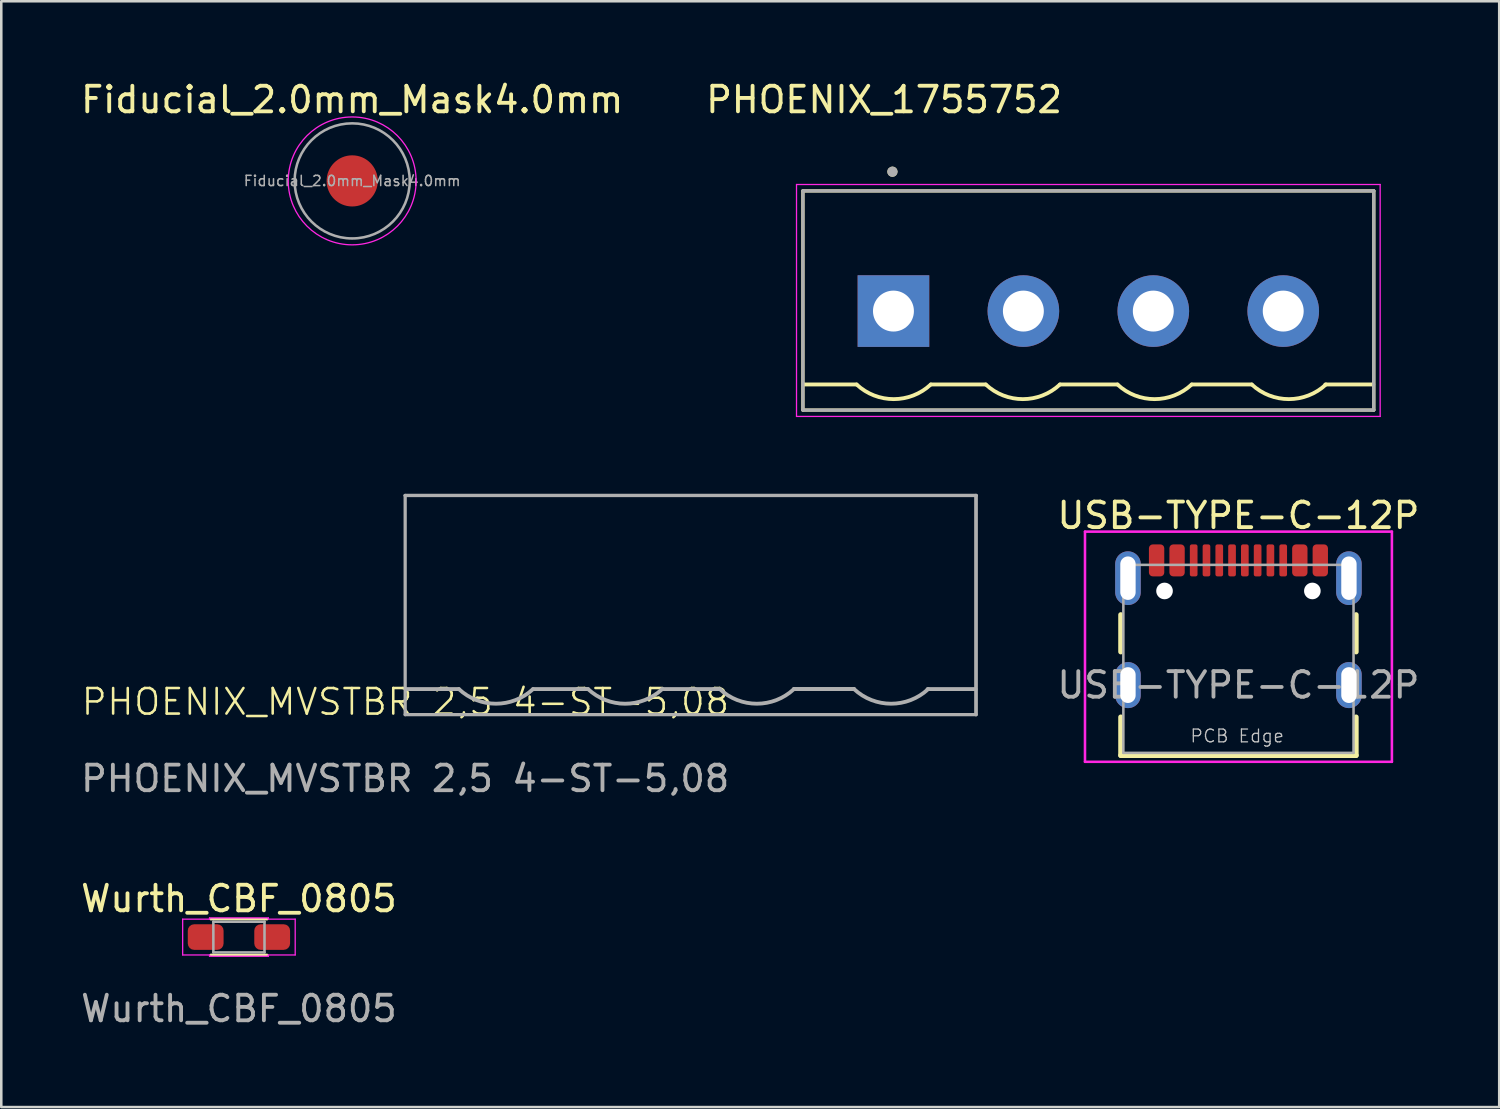
<source format=kicad_pcb>
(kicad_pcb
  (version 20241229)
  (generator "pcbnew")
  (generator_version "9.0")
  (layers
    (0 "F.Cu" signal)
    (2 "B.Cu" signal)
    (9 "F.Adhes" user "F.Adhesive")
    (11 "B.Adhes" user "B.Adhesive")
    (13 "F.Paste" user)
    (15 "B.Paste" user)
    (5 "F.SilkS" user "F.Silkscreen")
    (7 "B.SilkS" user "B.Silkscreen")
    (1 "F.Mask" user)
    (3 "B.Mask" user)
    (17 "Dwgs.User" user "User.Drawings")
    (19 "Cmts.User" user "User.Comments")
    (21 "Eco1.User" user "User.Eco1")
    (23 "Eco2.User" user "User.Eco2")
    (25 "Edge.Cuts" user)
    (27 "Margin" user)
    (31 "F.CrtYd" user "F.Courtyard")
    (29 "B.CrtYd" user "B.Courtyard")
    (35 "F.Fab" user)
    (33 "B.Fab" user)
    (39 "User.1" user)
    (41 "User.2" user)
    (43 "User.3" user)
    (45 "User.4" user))
  (footprint "PHOENIX_1755752"
    (layer "F.Cu")
    (at 28.343 12.983)
    (property "Reference" "PHOENIX_1755752" (at 3.175 -12.135 0) (layer "F.SilkS") (effects (font (size 1 1) (thickness 0.15))))
    (attr through_hole)
    (fp_line (start 0 -8.57) (end 22.32 -8.57) (stroke (width 0.127) (type solid)) (layer "F.SilkS"))
    (fp_line (start 0 0) (end 0 -8.57) (stroke (width 0.127) (type solid)) (layer "F.SilkS"))
    (fp_line (start 0.05 -1) (end 2.1 -1) (stroke (width 0.15) (type default)) (layer "F.SilkS"))
    (fp_line (start 5 -1) (end 7.15 -1) (stroke (width 0.15) (type default)) (layer "F.SilkS"))
    (fp_line (start 10.05 -1) (end 12.3 -1) (stroke (width 0.15) (type default)) (layer "F.SilkS"))
    (fp_line (start 15.2 -1) (end 17.55 -1) (stroke (width 0.15) (type default)) (layer "F.SilkS"))
    (fp_line (start 20.425 -1) (end 22.3 -1) (stroke (width 0.15) (type default)) (layer "F.SilkS"))
    (fp_line (start 22.32 -8.57) (end 22.32 0) (stroke (width 0.127) (type solid)) (layer "F.SilkS"))
    (fp_line (start 22.32 0) (end 0 0) (stroke (width 0.127) (type solid)) (layer "F.SilkS"))
    (fp_arc (start 5 -1) (mid 3.550001 -0.427502) (end 2.100001 -1) (stroke (width 0.15) (type default)) (layer "F.SilkS"))
    (fp_arc (start 10.049999 -1) (mid 8.6 -0.427502) (end 7.15 -1) (stroke (width 0.15) (type default)) (layer "F.SilkS"))
    (fp_arc (start 15.199999 -1) (mid 13.75 -0.427502) (end 12.3 -1) (stroke (width 0.15) (type default)) (layer "F.SilkS"))
    (fp_arc (start 20.449999 -1) (mid 19 -0.427502) (end 17.55 -1) (stroke (width 0.15) (type default)) (layer "F.SilkS"))
    (fp_circle (center 3.5 -9.32) (end 3.6 -9.32) (stroke (width 0.2) (type solid)) (fill no) (layer "F.SilkS"))
    (fp_line (start -0.25 -8.82) (end 22.57 -8.82) (stroke (width 0.05) (type solid)) (layer "F.CrtYd"))
    (fp_line (start -0.25 0.25) (end -0.25 -8.82) (stroke (width 0.05) (type solid)) (layer "F.CrtYd"))
    (fp_line (start 22.57 -8.82) (end 22.57 0.25) (stroke (width 0.05) (type solid)) (layer "F.CrtYd"))
    (fp_line (start 22.57 0.25) (end -0.25 0.25) (stroke (width 0.05) (type solid)) (layer "F.CrtYd"))
    (fp_line (start 0 -8.57) (end 22.32 -8.57) (stroke (width 0.127) (type solid)) (layer "F.Fab"))
    (fp_line (start 0 0) (end 0 -8.57) (stroke (width 0.127) (type solid)) (layer "F.Fab"))
    (fp_line (start 22.32 -8.57) (end 22.32 0) (stroke (width 0.127) (type solid)) (layer "F.Fab"))
    (fp_line (start 22.32 0) (end 0 0) (stroke (width 0.127) (type solid)) (layer "F.Fab"))
    (fp_circle (center 3.5 -9.32) (end 3.6 -9.32) (stroke (width 0.2) (type solid)) (fill no) (layer "F.Fab"))
    (pad "1" thru_hole rect (at 3.54 -3.87) (size 2.8 2.8) (drill 1.6) (layers "*.Cu" "*.Mask"))
    (pad "2" thru_hole circle (at 8.62 -3.87) (size 2.8 2.8) (drill 1.6) (layers "*.Cu" "*.Mask"))
    (pad "3" thru_hole circle (at 13.7 -3.87) (size 2.8 2.8) (drill 1.6) (layers "*.Cu" "*.Mask"))
    (pad "4" thru_hole circle (at 18.78 -3.87) (size 2.8 2.8) (drill 1.6) (layers "*.Cu" "*.Mask")))
  (footprint "Wurth_CBF_0805"
    (layer "F.Cu")
    (at 6.292 33.588)
    (property "Reference" "Wurth_CBF_0805" (at 0 -1.5 0) (unlocked yes) (layer "F.SilkS") (effects (font (size 1 1) (thickness 0.15))))
    (attr smd)
    (fp_line (start -1.1 -0.7) (end 1.1 -0.7) (stroke (width 0.1) (type default)) (layer "F.SilkS"))
    (fp_line (start 1.1 0.7) (end -1.1 0.7) (stroke (width 0.1) (type default)) (layer "F.SilkS"))
    (fp_line (start -2.2 -0.7) (end -1.15 -0.7) (stroke (width 0.05) (type default)) (layer "F.CrtYd"))
    (fp_line (start -2.2 0.7) (end -2.2 -0.7) (stroke (width 0.05) (type default)) (layer "F.CrtYd"))
    (fp_line (start -1.15 -0.75) (end 1.15 -0.75) (stroke (width 0.05) (type default)) (layer "F.CrtYd"))
    (fp_line (start -1.15 -0.7) (end -1.15 -0.75) (stroke (width 0.05) (type default)) (layer "F.CrtYd"))
    (fp_line (start -1.15 0.7) (end -2.2 0.7) (stroke (width 0.05) (type default)) (layer "F.CrtYd"))
    (fp_line (start -1.15 0.75) (end -1.15 0.7) (stroke (width 0.05) (type default)) (layer "F.CrtYd"))
    (fp_line (start 1.15 -0.75) (end 1.15 -0.7) (stroke (width 0.05) (type default)) (layer "F.CrtYd"))
    (fp_line (start 1.15 -0.7) (end 2.2 -0.7) (stroke (width 0.05) (type default)) (layer "F.CrtYd"))
    (fp_line (start 1.15 0.7) (end 1.15 0.75) (stroke (width 0.05) (type default)) (layer "F.CrtYd"))
    (fp_line (start 1.15 0.75) (end -1.15 0.75) (stroke (width 0.05) (type default)) (layer "F.CrtYd"))
    (fp_line (start 2.2 -0.7) (end 2.2 0.7) (stroke (width 0.05) (type default)) (layer "F.CrtYd"))
    (fp_line (start 2.2 0.7) (end 1.15 0.7) (stroke (width 0.05) (type default)) (layer "F.CrtYd"))
    (fp_line (start -1 -0.6) (end -1 0.6) (stroke (width 0.1) (type default)) (layer "F.Fab"))
    (fp_line (start -1 -0.6) (end 1 -0.6) (stroke (width 0.1) (type default)) (layer "F.Fab"))
    (fp_line (start -1 0.6) (end 1 0.6) (stroke (width 0.1) (type default)) (layer "F.Fab"))
    (fp_line (start 1 -0.6) (end 1 0.6) (stroke (width 0.1) (type default)) (layer "F.Fab"))
    (fp_text user "${REFERENCE}" (at 0 2.8 0) (unlocked yes) (layer "F.Fab") (effects (font (size 1 1) (thickness 0.15))))
    (pad "1" smd roundrect (at -1.3 0) (size 1.4 1) (layers "F.Cu" "F.Mask" "F.Paste") (roundrect_rratio 0.25))
    (pad "2" smd roundrect (at 1.3 0) (size 1.4 1) (layers "F.Cu" "F.Mask" "F.Paste") (roundrect_rratio 0.25)))
  (footprint "USB-TYPE-C-12P"
    (layer "F.Cu")
    (at 45.372 23.736)
    (property "Reference" "USB-TYPE-C-12P" (at 0 -6.63 0) (unlocked yes) (layer "F.SilkS") (effects (font (size 1 1) (thickness 0.15))))
    (fp_line (start -4.6 -1.3) (end -4.6 -2.75) (stroke (width 0.2) (type solid)) (layer "F.SilkS"))
    (fp_line (start -4.6 2.75) (end -4.6 1.25) (stroke (width 0.2) (type solid)) (layer "F.SilkS"))
    (fp_line (start -4.6 2.75) (end 4.6 2.75) (stroke (width 0.2) (type solid)) (layer "F.SilkS"))
    (fp_line (start 4.6 -1.3) (end 4.6 -2.75) (stroke (width 0.2) (type solid)) (layer "F.SilkS"))
    (fp_line (start 4.6 2.75) (end 4.6 1.25) (stroke (width 0.2) (type solid)) (layer "F.SilkS"))
    (fp_rect (start -3.75 -2.43) (end -5.75 -5.93) (stroke (width 0) (type default)) (fill yes) (layer "F.Paste"))
    (fp_rect (start -3.75 1.6) (end -5.75 -1.6) (stroke (width 0) (type default)) (fill yes) (layer "F.Paste"))
    (fp_rect (start 5.75 -2.43) (end 3.75 -5.93) (stroke (width 0) (type default)) (fill yes) (layer "F.Paste"))
    (fp_rect (start 5.75 1.6) (end 3.75 -1.6) (stroke (width 0) (type default)) (fill yes) (layer "F.Paste"))
    (fp_line (start -3.45 -5.1) (end -2.95 -5.1) (stroke (width 0.05) (type solid)) (layer "Eco2.User"))
    (fp_line (start -3.45 -4.7) (end -3.45 -5.1) (stroke (width 0.05) (type solid)) (layer "Eco2.User"))
    (fp_line (start -2.95 -4.7) (end -2.95 -5.1) (stroke (width 0.05) (type solid)) (layer "Eco2.User"))
    (fp_line (start -2.65 -5.1) (end -2.15 -5.1) (stroke (width 0.05) (type solid)) (layer "Eco2.User"))
    (fp_line (start -2.65 -4.7) (end -2.65 -5.1) (stroke (width 0.05) (type solid)) (layer "Eco2.User"))
    (fp_line (start -2.15 -4.7) (end -2.15 -5.1) (stroke (width 0.05) (type solid)) (layer "Eco2.User"))
    (fp_line (start -1.85 -5.1) (end -1.65 -5.1) (stroke (width 0.05) (type solid)) (layer "Eco2.User"))
    (fp_line (start -1.85 -4.7) (end -1.85 -5.1) (stroke (width 0.05) (type solid)) (layer "Eco2.User"))
    (fp_line (start -1.65 -4.7) (end -1.65 -5.1) (stroke (width 0.05) (type solid)) (layer "Eco2.User"))
    (fp_line (start -1.35 -5.1) (end -1.15 -5.1) (stroke (width 0.05) (type solid)) (layer "Eco2.User"))
    (fp_line (start -1.35 -4.7) (end -1.35 -5.1) (stroke (width 0.05) (type solid)) (layer "Eco2.User"))
    (fp_line (start -1.15 -4.7) (end -1.15 -5.1) (stroke (width 0.05) (type solid)) (layer "Eco2.User"))
    (fp_line (start -0.85 -5.1) (end -0.65 -5.1) (stroke (width 0.05) (type solid)) (layer "Eco2.User"))
    (fp_line (start -0.85 -4.7) (end -0.85 -5.1) (stroke (width 0.05) (type solid)) (layer "Eco2.User"))
    (fp_line (start -0.65 -4.7) (end -0.65 -5.1) (stroke (width 0.05) (type solid)) (layer "Eco2.User"))
    (fp_line (start -0.35 -5.1) (end -0.15 -5.1) (stroke (width 0.05) (type solid)) (layer "Eco2.User"))
    (fp_line (start -0.35 -4.7) (end -0.35 -5.1) (stroke (width 0.05) (type solid)) (layer "Eco2.User"))
    (fp_line (start -0.15 -4.7) (end -0.15 -5.1) (stroke (width 0.05) (type solid)) (layer "Eco2.User"))
    (fp_line (start 0.15 -5.1) (end 0.35 -5.1) (stroke (width 0.05) (type solid)) (layer "Eco2.User"))
    (fp_line (start 0.15 -4.7) (end 0.15 -5.1) (stroke (width 0.05) (type solid)) (layer "Eco2.User"))
    (fp_line (start 0.35 -4.7) (end 0.35 -5.1) (stroke (width 0.05) (type solid)) (layer "Eco2.User"))
    (fp_line (start 0.65 -5.1) (end 0.85 -5.1) (stroke (width 0.05) (type solid)) (layer "Eco2.User"))
    (fp_line (start 0.65 -4.7) (end 0.65 -5.1) (stroke (width 0.05) (type solid)) (layer "Eco2.User"))
    (fp_line (start 0.85 -4.7) (end 0.85 -5.1) (stroke (width 0.05) (type solid)) (layer "Eco2.User"))
    (fp_line (start 1.15 -5.1) (end 1.35 -5.1) (stroke (width 0.05) (type solid)) (layer "Eco2.User"))
    (fp_line (start 1.15 -4.7) (end 1.15 -5.1) (stroke (width 0.05) (type solid)) (layer "Eco2.User"))
    (fp_line (start 1.35 -4.7) (end 1.35 -5.1) (stroke (width 0.05) (type solid)) (layer "Eco2.User"))
    (fp_line (start 1.65 -5.1) (end 1.85 -5.1) (stroke (width 0.05) (type solid)) (layer "Eco2.User"))
    (fp_line (start 1.65 -4.7) (end 1.65 -5.1) (stroke (width 0.05) (type solid)) (layer "Eco2.User"))
    (fp_line (start 1.85 -4.7) (end 1.85 -5.1) (stroke (width 0.05) (type solid)) (layer "Eco2.User"))
    (fp_line (start 2.15 -5.1) (end 2.65 -5.1) (stroke (width 0.05) (type solid)) (layer "Eco2.User"))
    (fp_line (start 2.15 -4.7) (end 2.15 -5.1) (stroke (width 0.05) (type solid)) (layer "Eco2.User"))
    (fp_line (start 2.65 -4.7) (end 2.65 -5.1) (stroke (width 0.05) (type solid)) (layer "Eco2.User"))
    (fp_line (start 2.95 -5.1) (end 3.45 -5.1) (stroke (width 0.05) (type solid)) (layer "Eco2.User"))
    (fp_line (start 2.95 -4.7) (end 2.95 -5.1) (stroke (width 0.05) (type solid)) (layer "Eco2.User"))
    (fp_line (start 3.45 -4.7) (end 3.45 -5.1) (stroke (width 0.05) (type solid)) (layer "Eco2.User"))
    (fp_line (start -6 -6) (end 6 -6) (stroke (width 0.1) (type default)) (layer "F.CrtYd"))
    (fp_line (start -6 3) (end -6 -6) (stroke (width 0.1) (type default)) (layer "F.CrtYd"))
    (fp_line (start 6 -6) (end 6 3) (stroke (width 0.1) (type default)) (layer "F.CrtYd"))
    (fp_line (start 6 3) (end -6 3) (stroke (width 0.1) (type default)) (layer "F.CrtYd"))
    (fp_line (start -4.5 -4.7) (end 4.5 -4.7) (stroke (width 0.1) (type solid)) (layer "F.Fab"))
    (fp_line (start -4.5 2.65) (end -4.5 -4.7) (stroke (width 0.1) (type solid)) (layer "F.Fab"))
    (fp_line (start -4.5 2.65) (end 4.5 2.65) (stroke (width 0.1) (type solid)) (layer "F.Fab"))
    (fp_line (start 4.5 2.65) (end 4.5 -4.7) (stroke (width 0.1) (type solid)) (layer "F.Fab"))
    (fp_text user "PCB Edge" (at -1.916 2.283 0) (unlocked yes) (layer "Dwgs.User") (effects (font (size 0.5 0.5) (thickness 0.05)) (justify left bottom)))
    (fp_text user "${REFERENCE}" (at 0 0 0) (layer "F.Fab") (effects (font (size 1 1) (thickness 0.15))))
    (pad "" np_thru_hole circle (at -2.89 -3.68) (size 0.65 0.65) (drill 0.65) (layers "*.Cu" "*.Mask"))
    (pad "" np_thru_hole circle (at 2.89 -3.68 180) (size 0.65 0.65) (drill 0.65) (layers "*.Cu" "*.Mask"))
    (pad "1" smd roundrect (at -3.2 -4.875) (size 0.6 1.25) (layers "F.Cu" "F.Mask" "F.Paste") (roundrect_rratio 0.25))
    (pad "2" smd roundrect (at -2.4 -4.875) (size 0.6 1.25) (layers "F.Cu" "F.Mask" "F.Paste") (roundrect_rratio 0.25))
    (pad "3" smd roundrect (at -1.75 -4.875) (size 0.3 1.25) (layers "F.Cu" "F.Mask" "F.Paste") (roundrect_rratio 0.25))
    (pad "4" smd roundrect (at -1.25 -4.875) (size 0.3 1.25) (layers "F.Cu" "F.Mask" "F.Paste") (roundrect_rratio 0.25))
    (pad "5" smd roundrect (at -0.75 -4.875) (size 0.3 1.25) (layers "F.Cu" "F.Mask" "F.Paste") (roundrect_rratio 0.25))
    (pad "6" smd roundrect (at -0.25 -4.875) (size 0.3 1.25) (layers "F.Cu" "F.Mask" "F.Paste") (roundrect_rratio 0.25))
    (pad "7" smd roundrect (at 0.25 -4.875) (size 0.3 1.25) (layers "F.Cu" "F.Mask" "F.Paste") (roundrect_rratio 0.25))
    (pad "8" smd roundrect (at 0.75 -4.875) (size 0.3 1.25) (layers "F.Cu" "F.Mask" "F.Paste") (roundrect_rratio 0.25))
    (pad "9" smd roundrect (at 1.25 -4.875) (size 0.3 1.25) (layers "F.Cu" "F.Mask" "F.Paste") (roundrect_rratio 0.25))
    (pad "10" smd roundrect (at 1.75 -4.875) (size 0.3 1.25) (layers "F.Cu" "F.Mask" "F.Paste") (roundrect_rratio 0.25))
    (pad "11" smd roundrect (at 2.4 -4.875) (size 0.6 1.25) (layers "F.Cu" "F.Mask" "F.Paste") (roundrect_rratio 0.25))
    (pad "12" smd roundrect (at 3.2 -4.875) (size 0.6 1.25) (layers "F.Cu" "F.Mask" "F.Paste") (roundrect_rratio 0.25))
    (pad "SH" thru_hole oval (at -4.32 -4.18 90) (size 2.1 1) (drill oval 1.7 0.6) (layers "*.Cu" "*.Mask"))
    (pad "SH" thru_hole oval (at -4.32 0 90) (size 1.8 1) (drill oval 1.4 0.6) (layers "*.Cu" "*.Mask"))
    (pad "SH" thru_hole oval (at 4.32 -4.18 90) (size 2.1 1) (drill oval 1.7 0.6) (layers "*.Cu" "*.Mask"))
    (pad "SH" thru_hole oval (at 4.32 0 90) (size 1.8 1) (drill oval 1.4 0.6) (layers "*.Cu" "*.Mask")))
  (footprint "Fiducial_2.0mm_Mask4.0mm"
    (layer "F.Cu")
    (at 10.72 4.023)
    (property "Reference" "Fiducial_2.0mm_Mask4.0mm" (at 0 -3.175 0) (layer "F.SilkS") (effects (font (size 1 1) (thickness 0.15))))
    (attr smd)
    (fp_circle (center 0 0) (end 2.5 0) (stroke (width 0.05) (type solid)) (fill no) (layer "F.CrtYd"))
    (fp_circle (center 0 0) (end 2.25 0) (stroke (width 0.1) (type solid)) (fill no) (layer "F.Fab"))
    (fp_text user "${REFERENCE}" (at 0 0 0) (layer "F.Fab") (effects (font (size 0.4 0.4) (thickness 0.06))))
    (pad "" smd circle (at 0 0) (size 2 2) (layers "F.Cu" "F.Mask")))
  (footprint "PHOENIX_MVSTBR 2,5 4-ST-5,08"
    (layer "F.Cu")
    (at 12.792 24.892)
    (property "Reference" "PHOENIX_MVSTBR 2,5 4-ST-5,08" (at 0.01 -0.5 0) (unlocked yes) (layer "F.SilkS") (effects (font (size 1 1) (thickness 0.1))))
    (fp_line (start 0 -8.57) (end 22.32 -8.57) (stroke (width 0.127) (type solid)) (layer "F.Fab"))
    (fp_line (start 0 -8.57) (end 22.32 -8.57) (stroke (width 0.127) (type solid)) (layer "F.Fab"))
    (fp_line (start 0 0) (end 0 -8.57) (stroke (width 0.127) (type solid)) (layer "F.Fab"))
    (fp_line (start 0.05 -1) (end 2.1 -1) (stroke (width 0.15) (type default)) (layer "F.Fab"))
    (fp_line (start 5 -1) (end 7.15 -1) (stroke (width 0.15) (type default)) (layer "F.Fab"))
    (fp_line (start 10.05 -1) (end 12.3 -1) (stroke (width 0.15) (type default)) (layer "F.Fab"))
    (fp_line (start 15.2 -1) (end 17.55 -1) (stroke (width 0.15) (type default)) (layer "F.Fab"))
    (fp_line (start 15.2 -1) (end 17.55 -1) (stroke (width 0.15) (type default)) (layer "F.Fab"))
    (fp_line (start 20.425 -1) (end 22.3 -1) (stroke (width 0.15) (type default)) (layer "F.Fab"))
    (fp_line (start 22.32 -8.57) (end 22.32 0) (stroke (width 0.127) (type solid)) (layer "F.Fab"))
    (fp_line (start 22.32 -8.57) (end 22.32 0) (stroke (width 0.127) (type solid)) (layer "F.Fab"))
    (fp_line (start 22.32 0) (end 0 0) (stroke (width 0.127) (type solid)) (layer "F.Fab"))
    (fp_arc (start 5 -1) (mid 3.550001 -0.427502) (end 2.100001 -1) (stroke (width 0.15) (type default)) (layer "F.Fab"))
    (fp_arc (start 10.049999 -1) (mid 8.6 -0.427502) (end 7.15 -1) (stroke (width 0.15) (type default)) (layer "F.Fab"))
    (fp_arc (start 15.199999 -1) (mid 13.75 -0.427502) (end 12.3 -1) (stroke (width 0.15) (type default)) (layer "F.Fab"))
    (fp_arc (start 20.449999 -1) (mid 18.999999 -0.427502) (end 17.55 -1) (stroke (width 0.15) (type default)) (layer "F.Fab"))
    (fp_text user "${REFERENCE}" (at 0 2.5 0) (unlocked yes) (layer "F.Fab") (effects (font (size 1 1) (thickness 0.15)))))
  (gr_rect
    (start -3 -3)
    (end 55.568 40.236)
    (stroke (width 0.1) (type default))
    (fill no)
    (layer "Edge.Cuts")))
</source>
